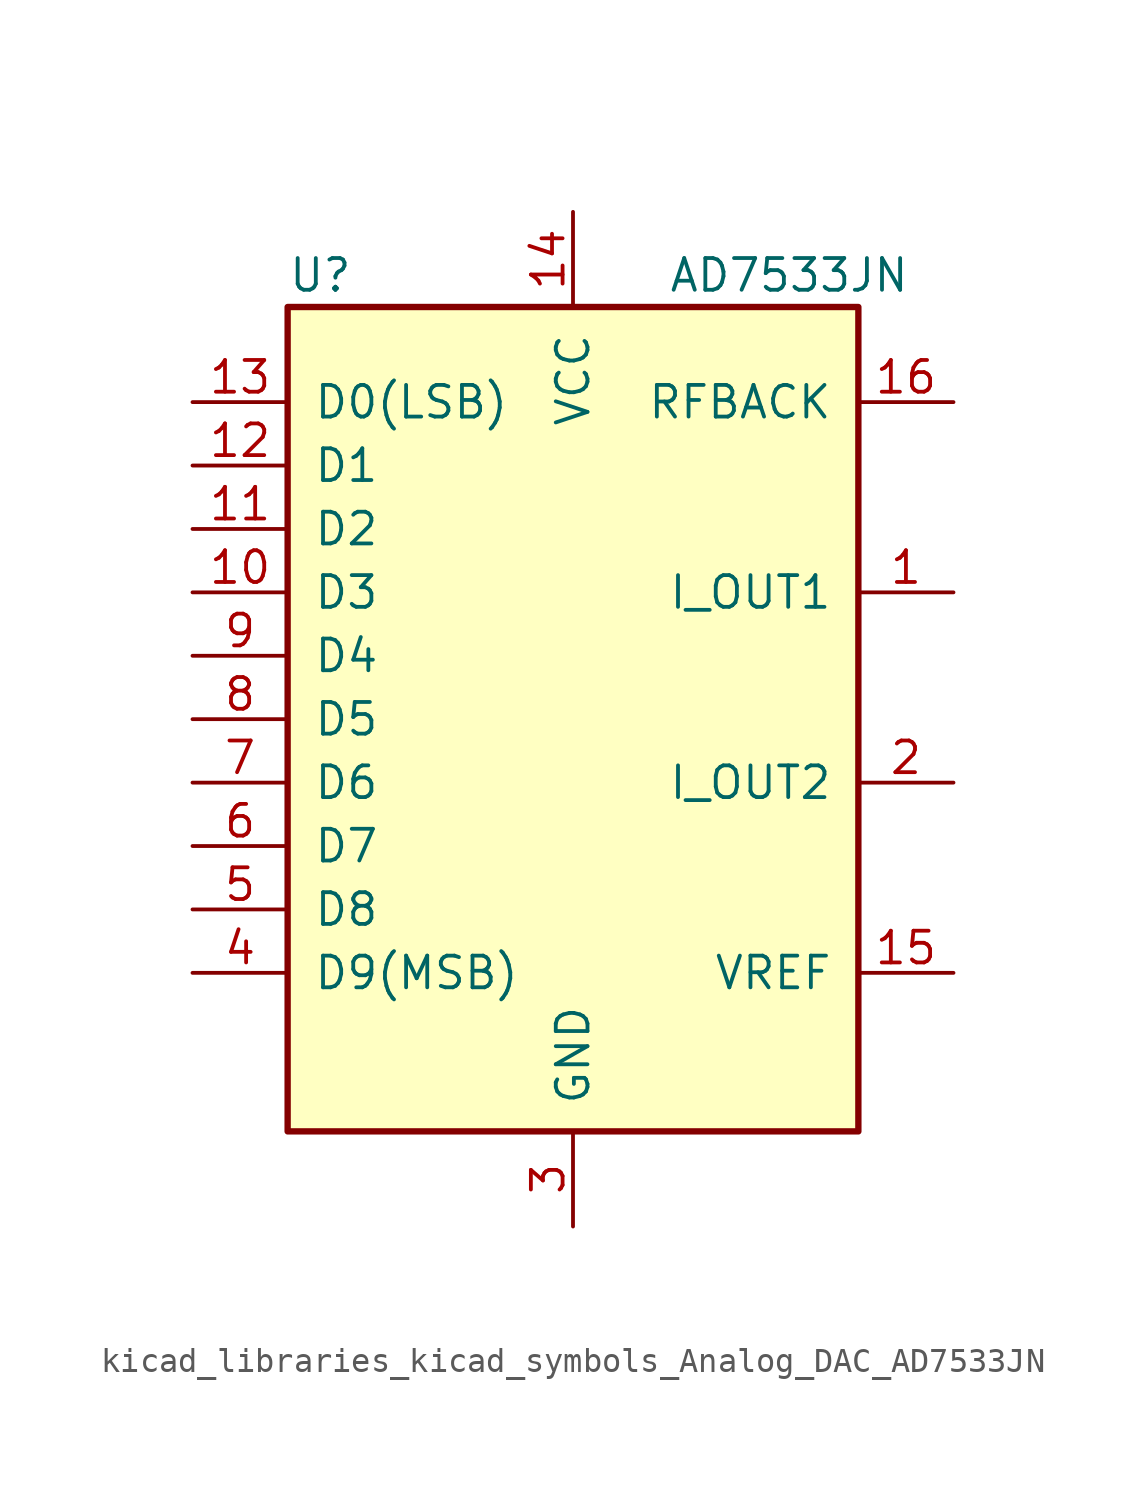
<source format=kicad_sym>
(kicad_symbol_lib
  (version 20220914)
  (generator kicad_symbol_editor)
  (symbol "kicad_libraries_kicad_symbols_Analog_DAC_AD7533JN"
    (pin_names
      (offset 1.016))
    (property "Reference" "U"
      (at -11.43 17.78 0)
      (effects (font (size 1.27 1.27)) (justify left)))
    (property "Value" "AD7533JN"
      (at 3.81 17.78 0)
      (effects (font (size 1.27 1.27)) (justify left)))
    (symbol "kicad_libraries_kicad_symbols_Analog_DAC_AD7533JN_0_1"
      (rectangle (start -11.43 -16.51) (end 11.43 16.51) (stroke (width 0.254) (type default)) (fill (type background))))
    (symbol "kicad_libraries_kicad_symbols_Analog_DAC_AD7533JN_1_1"
      (pin passive line (at 15.24 5.08 180) (length 3.81) (name "I_OUT1" (effects (font (size 1.27 1.27)))) (number "1" (effects (font (size 1.27 1.27)))))
      (pin input line (at -15.24 5.08 0) (length 3.81) (name "D3" (effects (font (size 1.27 1.27)))) (number "10" (effects (font (size 1.27 1.27)))))
      (pin input line (at -15.24 7.62 0) (length 3.81) (name "D2" (effects (font (size 1.27 1.27)))) (number "11" (effects (font (size 1.27 1.27)))))
      (pin input line (at -15.24 10.16 0) (length 3.81) (name "D1" (effects (font (size 1.27 1.27)))) (number "12" (effects (font (size 1.27 1.27)))))
      (pin input line (at -15.24 12.7 0) (length 3.81) (name "D0(LSB)" (effects (font (size 1.27 1.27)))) (number "13" (effects (font (size 1.27 1.27)))))
      (pin power_in line (at 0 20.32 270) (length 3.81) (name "VCC" (effects (font (size 1.27 1.27)))) (number "14" (effects (font (size 1.27 1.27)))))
      (pin passive line (at 15.24 -10.16 180) (length 3.81) (name "VREF" (effects (font (size 1.27 1.27)))) (number "15" (effects (font (size 1.27 1.27)))))
      (pin passive line (at 15.24 12.7 180) (length 3.81) (name "RFBACK" (effects (font (size 1.27 1.27)))) (number "16" (effects (font (size 1.27 1.27)))))
      (pin passive line (at 15.24 -2.54 180) (length 3.81) (name "I_OUT2" (effects (font (size 1.27 1.27)))) (number "2" (effects (font (size 1.27 1.27)))))
      (pin power_in line (at 0 -20.32 90) (length 3.81) (name "GND" (effects (font (size 1.27 1.27)))) (number "3" (effects (font (size 1.27 1.27)))))
      (pin input line (at -15.24 -10.16 0) (length 3.81) (name "D9(MSB)" (effects (font (size 1.27 1.27)))) (number "4" (effects (font (size 1.27 1.27)))))
      (pin input line (at -15.24 -7.62 0) (length 3.81) (name "D8" (effects (font (size 1.27 1.27)))) (number "5" (effects (font (size 1.27 1.27)))))
      (pin input line (at -15.24 -5.08 0) (length 3.81) (name "D7" (effects (font (size 1.27 1.27)))) (number "6" (effects (font (size 1.27 1.27)))))
      (pin input line (at -15.24 -2.54 0) (length 3.81) (name "D6" (effects (font (size 1.27 1.27)))) (number "7" (effects (font (size 1.27 1.27)))))
      (pin input line (at -15.24 0 0) (length 3.81) (name "D5" (effects (font (size 1.27 1.27)))) (number "8" (effects (font (size 1.27 1.27)))))
      (pin input line (at -15.24 2.54 0) (length 3.81) (name "D4" (effects (font (size 1.27 1.27)))) (number "9" (effects (font (size 1.27 1.27))))))))
</source>
